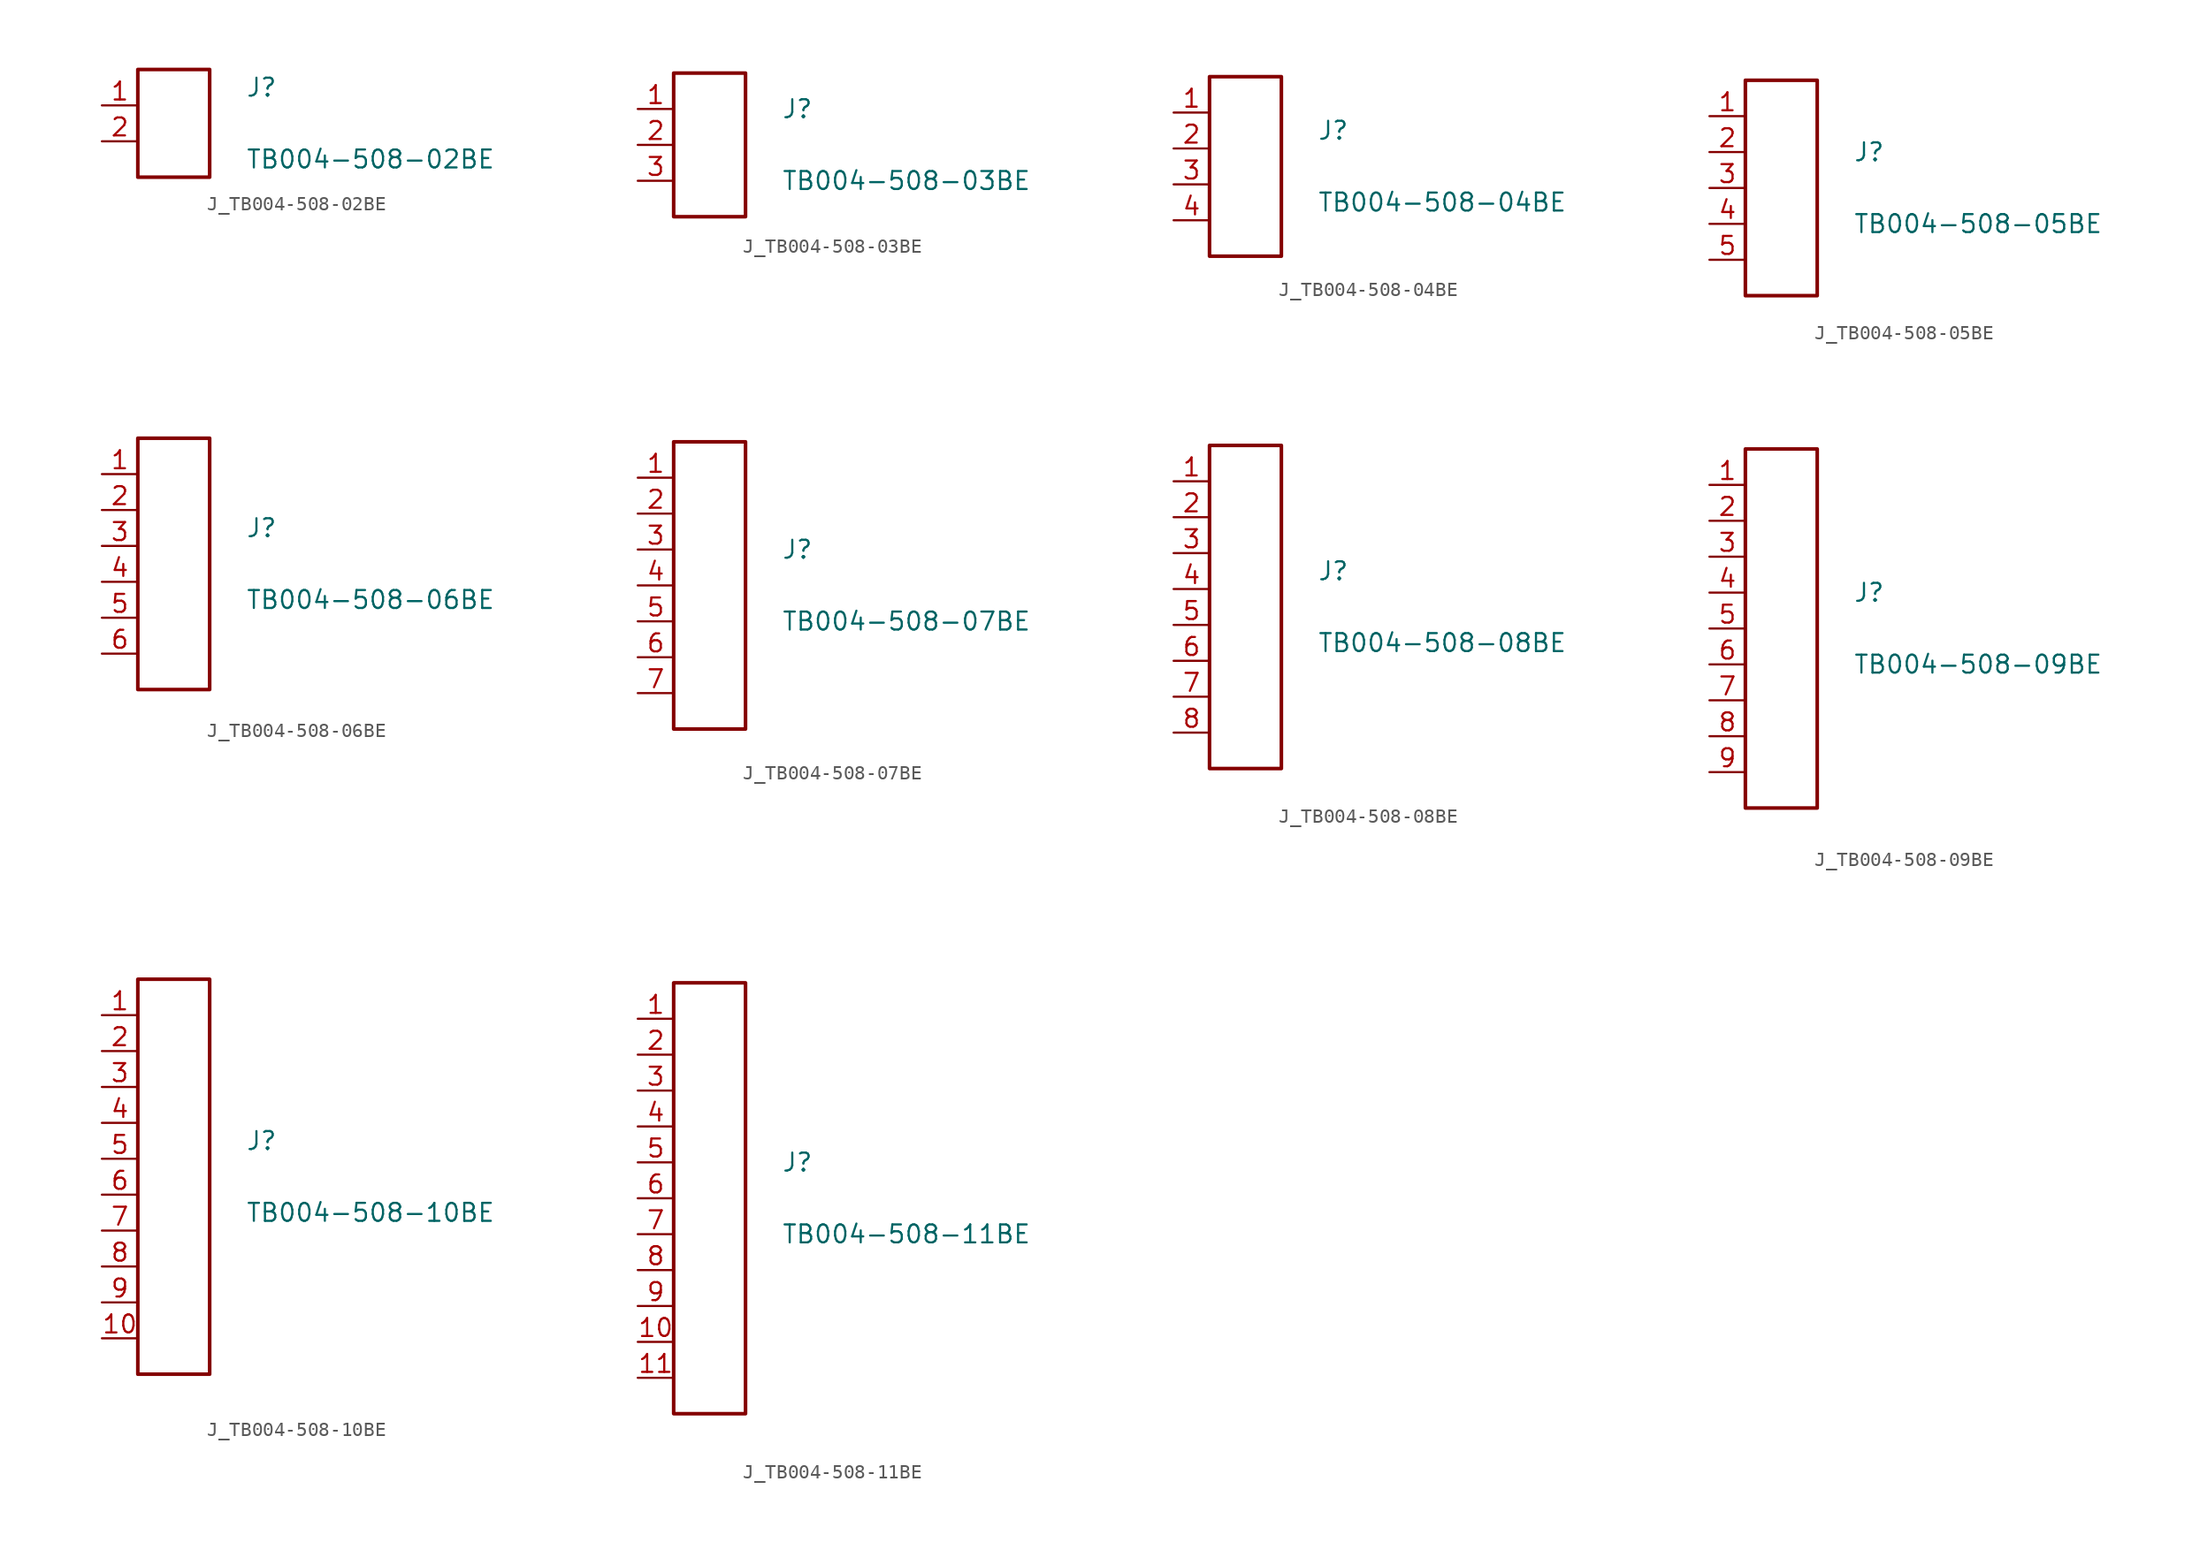
<source format=kicad_sym>
(kicad_symbol_lib
  (version 20231120)
  (generator kicad_symbol_editor)
  (generator_version 8.0)
  (symbol "J_TB004-508-02BE"
    (pin_names
      (offset 0.254))
    (property "Reference" "J"
      (at 5.08 2.54 0)
      (effects (font (size 1.27 1.27)) (justify left)))
    (property "Value" "TB004-508-02BE"
      (at 5.08 -2.54 0)
      (effects (font (size 1.27 1.27)) (justify left)))
    (symbol "J_TB004-508-02BE_0_0"
      (pin unspecified line (at -5.08 1.27 0) (length 2.54) (name "" (effects (font (size 1.27 1.27)))) (number "1" (effects (font (size 1.27 1.27)))))
      (pin unspecified line (at -5.08 -1.27 0) (length 2.54) (name "" (effects (font (size 1.27 1.27)))) (number "2" (effects (font (size 1.27 1.27))))))
    (symbol "J_TB004-508-02BE_1_0"
      (rectangle (start -2.54 3.81) (end 2.54 -3.81) (stroke (width 0.254) (type solid)) (fill (type none)))))
  (symbol "J_TB004-508-03BE"
    (pin_names
      (offset 0.254))
    (property "Reference" "J"
      (at 5.08 2.54 0)
      (effects (font (size 1.27 1.27)) (justify left)))
    (property "Value" "TB004-508-03BE"
      (at 5.08 -2.54 0)
      (effects (font (size 1.27 1.27)) (justify left)))
    (symbol "J_TB004-508-03BE_0_0"
      (pin unspecified line (at -5.08 2.54 0) (length 2.54) (name "" (effects (font (size 1.27 1.27)))) (number "1" (effects (font (size 1.27 1.27)))))
      (pin unspecified line (at -5.08 0.0 0) (length 2.54) (name "" (effects (font (size 1.27 1.27)))) (number "2" (effects (font (size 1.27 1.27)))))
      (pin unspecified line (at -5.08 -2.54 0) (length 2.54) (name "" (effects (font (size 1.27 1.27)))) (number "3" (effects (font (size 1.27 1.27))))))
    (symbol "J_TB004-508-03BE_1_0"
      (rectangle (start -2.54 5.08) (end 2.54 -5.08) (stroke (width 0.254) (type solid)) (fill (type none)))))
  (symbol "J_TB004-508-04BE"
    (pin_names
      (offset 0.254))
    (property "Reference" "J"
      (at 5.08 2.54 0)
      (effects (font (size 1.27 1.27)) (justify left)))
    (property "Value" "TB004-508-04BE"
      (at 5.08 -2.54 0)
      (effects (font (size 1.27 1.27)) (justify left)))
    (symbol "J_TB004-508-04BE_0_0"
      (pin unspecified line (at -5.08 3.81 0) (length 2.54) (name "" (effects (font (size 1.27 1.27)))) (number "1" (effects (font (size 1.27 1.27)))))
      (pin unspecified line (at -5.08 1.27 0) (length 2.54) (name "" (effects (font (size 1.27 1.27)))) (number "2" (effects (font (size 1.27 1.27)))))
      (pin unspecified line (at -5.08 -1.27 0) (length 2.54) (name "" (effects (font (size 1.27 1.27)))) (number "3" (effects (font (size 1.27 1.27)))))
      (pin unspecified line (at -5.08 -3.81 0) (length 2.54) (name "" (effects (font (size 1.27 1.27)))) (number "4" (effects (font (size 1.27 1.27))))))
    (symbol "J_TB004-508-04BE_1_0"
      (rectangle (start -2.54 6.35) (end 2.54 -6.35) (stroke (width 0.254) (type solid)) (fill (type none)))))
  (symbol "J_TB004-508-05BE"
    (pin_names
      (offset 0.254))
    (property "Reference" "J"
      (at 5.08 2.54 0)
      (effects (font (size 1.27 1.27)) (justify left)))
    (property "Value" "TB004-508-05BE"
      (at 5.08 -2.54 0)
      (effects (font (size 1.27 1.27)) (justify left)))
    (symbol "J_TB004-508-05BE_0_0"
      (pin unspecified line (at -5.08 5.08 0) (length 2.54) (name "" (effects (font (size 1.27 1.27)))) (number "1" (effects (font (size 1.27 1.27)))))
      (pin unspecified line (at -5.08 2.54 0) (length 2.54) (name "" (effects (font (size 1.27 1.27)))) (number "2" (effects (font (size 1.27 1.27)))))
      (pin unspecified line (at -5.08 0.0 0) (length 2.54) (name "" (effects (font (size 1.27 1.27)))) (number "3" (effects (font (size 1.27 1.27)))))
      (pin unspecified line (at -5.08 -2.54 0) (length 2.54) (name "" (effects (font (size 1.27 1.27)))) (number "4" (effects (font (size 1.27 1.27)))))
      (pin unspecified line (at -5.08 -5.08 0) (length 2.54) (name "" (effects (font (size 1.27 1.27)))) (number "5" (effects (font (size 1.27 1.27))))))
    (symbol "J_TB004-508-05BE_1_0"
      (rectangle (start -2.54 7.62) (end 2.54 -7.62) (stroke (width 0.254) (type solid)) (fill (type none)))))
  (symbol "J_TB004-508-06BE"
    (pin_names
      (offset 0.254))
    (property "Reference" "J"
      (at 5.08 2.54 0)
      (effects (font (size 1.27 1.27)) (justify left)))
    (property "Value" "TB004-508-06BE"
      (at 5.08 -2.54 0)
      (effects (font (size 1.27 1.27)) (justify left)))
    (symbol "J_TB004-508-06BE_0_0"
      (pin unspecified line (at -5.08 6.35 0) (length 2.54) (name "" (effects (font (size 1.27 1.27)))) (number "1" (effects (font (size 1.27 1.27)))))
      (pin unspecified line (at -5.08 3.81 0) (length 2.54) (name "" (effects (font (size 1.27 1.27)))) (number "2" (effects (font (size 1.27 1.27)))))
      (pin unspecified line (at -5.08 1.27 0) (length 2.54) (name "" (effects (font (size 1.27 1.27)))) (number "3" (effects (font (size 1.27 1.27)))))
      (pin unspecified line (at -5.08 -1.27 0) (length 2.54) (name "" (effects (font (size 1.27 1.27)))) (number "4" (effects (font (size 1.27 1.27)))))
      (pin unspecified line (at -5.08 -3.81 0) (length 2.54) (name "" (effects (font (size 1.27 1.27)))) (number "5" (effects (font (size 1.27 1.27)))))
      (pin unspecified line (at -5.08 -6.35 0) (length 2.54) (name "" (effects (font (size 1.27 1.27)))) (number "6" (effects (font (size 1.27 1.27))))))
    (symbol "J_TB004-508-06BE_1_0"
      (rectangle (start -2.54 8.89) (end 2.54 -8.89) (stroke (width 0.254) (type solid)) (fill (type none)))))
  (symbol "J_TB004-508-07BE"
    (pin_names
      (offset 0.254))
    (property "Reference" "J"
      (at 5.08 2.54 0)
      (effects (font (size 1.27 1.27)) (justify left)))
    (property "Value" "TB004-508-07BE"
      (at 5.08 -2.54 0)
      (effects (font (size 1.27 1.27)) (justify left)))
    (symbol "J_TB004-508-07BE_0_0"
      (pin unspecified line (at -5.08 7.62 0) (length 2.54) (name "" (effects (font (size 1.27 1.27)))) (number "1" (effects (font (size 1.27 1.27)))))
      (pin unspecified line (at -5.08 5.08 0) (length 2.54) (name "" (effects (font (size 1.27 1.27)))) (number "2" (effects (font (size 1.27 1.27)))))
      (pin unspecified line (at -5.08 2.54 0) (length 2.54) (name "" (effects (font (size 1.27 1.27)))) (number "3" (effects (font (size 1.27 1.27)))))
      (pin unspecified line (at -5.08 0.0 0) (length 2.54) (name "" (effects (font (size 1.27 1.27)))) (number "4" (effects (font (size 1.27 1.27)))))
      (pin unspecified line (at -5.08 -2.54 0) (length 2.54) (name "" (effects (font (size 1.27 1.27)))) (number "5" (effects (font (size 1.27 1.27)))))
      (pin unspecified line (at -5.08 -5.08 0) (length 2.54) (name "" (effects (font (size 1.27 1.27)))) (number "6" (effects (font (size 1.27 1.27)))))
      (pin unspecified line (at -5.08 -7.62 0) (length 2.54) (name "" (effects (font (size 1.27 1.27)))) (number "7" (effects (font (size 1.27 1.27))))))
    (symbol "J_TB004-508-07BE_1_0"
      (rectangle (start -2.54 10.16) (end 2.54 -10.16) (stroke (width 0.254) (type solid)) (fill (type none)))))
  (symbol "J_TB004-508-08BE"
    (pin_names
      (offset 0.254))
    (property "Reference" "J"
      (at 5.08 2.54 0)
      (effects (font (size 1.27 1.27)) (justify left)))
    (property "Value" "TB004-508-08BE"
      (at 5.08 -2.54 0)
      (effects (font (size 1.27 1.27)) (justify left)))
    (symbol "J_TB004-508-08BE_0_0"
      (pin unspecified line (at -5.08 8.89 0) (length 2.54) (name "" (effects (font (size 1.27 1.27)))) (number "1" (effects (font (size 1.27 1.27)))))
      (pin unspecified line (at -5.08 6.35 0) (length 2.54) (name "" (effects (font (size 1.27 1.27)))) (number "2" (effects (font (size 1.27 1.27)))))
      (pin unspecified line (at -5.08 3.81 0) (length 2.54) (name "" (effects (font (size 1.27 1.27)))) (number "3" (effects (font (size 1.27 1.27)))))
      (pin unspecified line (at -5.08 1.27 0) (length 2.54) (name "" (effects (font (size 1.27 1.27)))) (number "4" (effects (font (size 1.27 1.27)))))
      (pin unspecified line (at -5.08 -1.27 0) (length 2.54) (name "" (effects (font (size 1.27 1.27)))) (number "5" (effects (font (size 1.27 1.27)))))
      (pin unspecified line (at -5.08 -3.81 0) (length 2.54) (name "" (effects (font (size 1.27 1.27)))) (number "6" (effects (font (size 1.27 1.27)))))
      (pin unspecified line (at -5.08 -6.35 0) (length 2.54) (name "" (effects (font (size 1.27 1.27)))) (number "7" (effects (font (size 1.27 1.27)))))
      (pin unspecified line (at -5.08 -8.89 0) (length 2.54) (name "" (effects (font (size 1.27 1.27)))) (number "8" (effects (font (size 1.27 1.27))))))
    (symbol "J_TB004-508-08BE_1_0"
      (rectangle (start -2.54 11.43) (end 2.54 -11.43) (stroke (width 0.254) (type solid)) (fill (type none)))))
  (symbol "J_TB004-508-09BE"
    (pin_names
      (offset 0.254))
    (property "Reference" "J"
      (at 5.08 2.54 0)
      (effects (font (size 1.27 1.27)) (justify left)))
    (property "Value" "TB004-508-09BE"
      (at 5.08 -2.54 0)
      (effects (font (size 1.27 1.27)) (justify left)))
    (symbol "J_TB004-508-09BE_0_0"
      (pin unspecified line (at -5.08 10.16 0) (length 2.54) (name "" (effects (font (size 1.27 1.27)))) (number "1" (effects (font (size 1.27 1.27)))))
      (pin unspecified line (at -5.08 7.62 0) (length 2.54) (name "" (effects (font (size 1.27 1.27)))) (number "2" (effects (font (size 1.27 1.27)))))
      (pin unspecified line (at -5.08 5.08 0) (length 2.54) (name "" (effects (font (size 1.27 1.27)))) (number "3" (effects (font (size 1.27 1.27)))))
      (pin unspecified line (at -5.08 2.54 0) (length 2.54) (name "" (effects (font (size 1.27 1.27)))) (number "4" (effects (font (size 1.27 1.27)))))
      (pin unspecified line (at -5.08 0.0 0) (length 2.54) (name "" (effects (font (size 1.27 1.27)))) (number "5" (effects (font (size 1.27 1.27)))))
      (pin unspecified line (at -5.08 -2.54 0) (length 2.54) (name "" (effects (font (size 1.27 1.27)))) (number "6" (effects (font (size 1.27 1.27)))))
      (pin unspecified line (at -5.08 -5.08 0) (length 2.54) (name "" (effects (font (size 1.27 1.27)))) (number "7" (effects (font (size 1.27 1.27)))))
      (pin unspecified line (at -5.08 -7.62 0) (length 2.54) (name "" (effects (font (size 1.27 1.27)))) (number "8" (effects (font (size 1.27 1.27)))))
      (pin unspecified line (at -5.08 -10.16 0) (length 2.54) (name "" (effects (font (size 1.27 1.27)))) (number "9" (effects (font (size 1.27 1.27))))))
    (symbol "J_TB004-508-09BE_1_0"
      (rectangle (start -2.54 12.7) (end 2.54 -12.7) (stroke (width 0.254) (type solid)) (fill (type none)))))
  (symbol "J_TB004-508-10BE"
    (pin_names
      (offset 0.254))
    (property "Reference" "J"
      (at 5.08 2.54 0)
      (effects (font (size 1.27 1.27)) (justify left)))
    (property "Value" "TB004-508-10BE"
      (at 5.08 -2.54 0)
      (effects (font (size 1.27 1.27)) (justify left)))
    (symbol "J_TB004-508-10BE_0_0"
      (pin unspecified line (at -5.08 11.43 0) (length 2.54) (name "" (effects (font (size 1.27 1.27)))) (number "1" (effects (font (size 1.27 1.27)))))
      (pin unspecified line (at -5.08 8.89 0) (length 2.54) (name "" (effects (font (size 1.27 1.27)))) (number "2" (effects (font (size 1.27 1.27)))))
      (pin unspecified line (at -5.08 6.35 0) (length 2.54) (name "" (effects (font (size 1.27 1.27)))) (number "3" (effects (font (size 1.27 1.27)))))
      (pin unspecified line (at -5.08 3.81 0) (length 2.54) (name "" (effects (font (size 1.27 1.27)))) (number "4" (effects (font (size 1.27 1.27)))))
      (pin unspecified line (at -5.08 1.27 0) (length 2.54) (name "" (effects (font (size 1.27 1.27)))) (number "5" (effects (font (size 1.27 1.27)))))
      (pin unspecified line (at -5.08 -1.27 0) (length 2.54) (name "" (effects (font (size 1.27 1.27)))) (number "6" (effects (font (size 1.27 1.27)))))
      (pin unspecified line (at -5.08 -3.81 0) (length 2.54) (name "" (effects (font (size 1.27 1.27)))) (number "7" (effects (font (size 1.27 1.27)))))
      (pin unspecified line (at -5.08 -6.35 0) (length 2.54) (name "" (effects (font (size 1.27 1.27)))) (number "8" (effects (font (size 1.27 1.27)))))
      (pin unspecified line (at -5.08 -8.89 0) (length 2.54) (name "" (effects (font (size 1.27 1.27)))) (number "9" (effects (font (size 1.27 1.27)))))
      (pin unspecified line (at -5.08 -11.43 0) (length 2.54) (name "" (effects (font (size 1.27 1.27)))) (number "10" (effects (font (size 1.27 1.27))))))
    (symbol "J_TB004-508-10BE_1_0"
      (rectangle (start -2.54 13.97) (end 2.54 -13.97) (stroke (width 0.254) (type solid)) (fill (type none)))))
  (symbol "J_TB004-508-11BE"
    (pin_names
      (offset 0.254))
    (property "Reference" "J"
      (at 5.08 2.54 0)
      (effects (font (size 1.27 1.27)) (justify left)))
    (property "Value" "TB004-508-11BE"
      (at 5.08 -2.54 0)
      (effects (font (size 1.27 1.27)) (justify left)))
    (symbol "J_TB004-508-11BE_0_0"
      (pin unspecified line (at -5.08 12.7 0) (length 2.54) (name "" (effects (font (size 1.27 1.27)))) (number "1" (effects (font (size 1.27 1.27)))))
      (pin unspecified line (at -5.08 10.16 0) (length 2.54) (name "" (effects (font (size 1.27 1.27)))) (number "2" (effects (font (size 1.27 1.27)))))
      (pin unspecified line (at -5.08 7.62 0) (length 2.54) (name "" (effects (font (size 1.27 1.27)))) (number "3" (effects (font (size 1.27 1.27)))))
      (pin unspecified line (at -5.08 5.08 0) (length 2.54) (name "" (effects (font (size 1.27 1.27)))) (number "4" (effects (font (size 1.27 1.27)))))
      (pin unspecified line (at -5.08 2.54 0) (length 2.54) (name "" (effects (font (size 1.27 1.27)))) (number "5" (effects (font (size 1.27 1.27)))))
      (pin unspecified line (at -5.08 0.0 0) (length 2.54) (name "" (effects (font (size 1.27 1.27)))) (number "6" (effects (font (size 1.27 1.27)))))
      (pin unspecified line (at -5.08 -2.54 0) (length 2.54) (name "" (effects (font (size 1.27 1.27)))) (number "7" (effects (font (size 1.27 1.27)))))
      (pin unspecified line (at -5.08 -5.08 0) (length 2.54) (name "" (effects (font (size 1.27 1.27)))) (number "8" (effects (font (size 1.27 1.27)))))
      (pin unspecified line (at -5.08 -7.62 0) (length 2.54) (name "" (effects (font (size 1.27 1.27)))) (number "9" (effects (font (size 1.27 1.27)))))
      (pin unspecified line (at -5.08 -10.16 0) (length 2.54) (name "" (effects (font (size 1.27 1.27)))) (number "10" (effects (font (size 1.27 1.27)))))
      (pin unspecified line (at -5.08 -12.7 0) (length 2.54) (name "" (effects (font (size 1.27 1.27)))) (number "11" (effects (font (size 1.27 1.27))))))
    (symbol "J_TB004-508-11BE_1_0"
      (rectangle (start -2.54 15.24) (end 2.54 -15.24) (stroke (width 0.254) (type solid)) (fill (type none))))))
</source>
